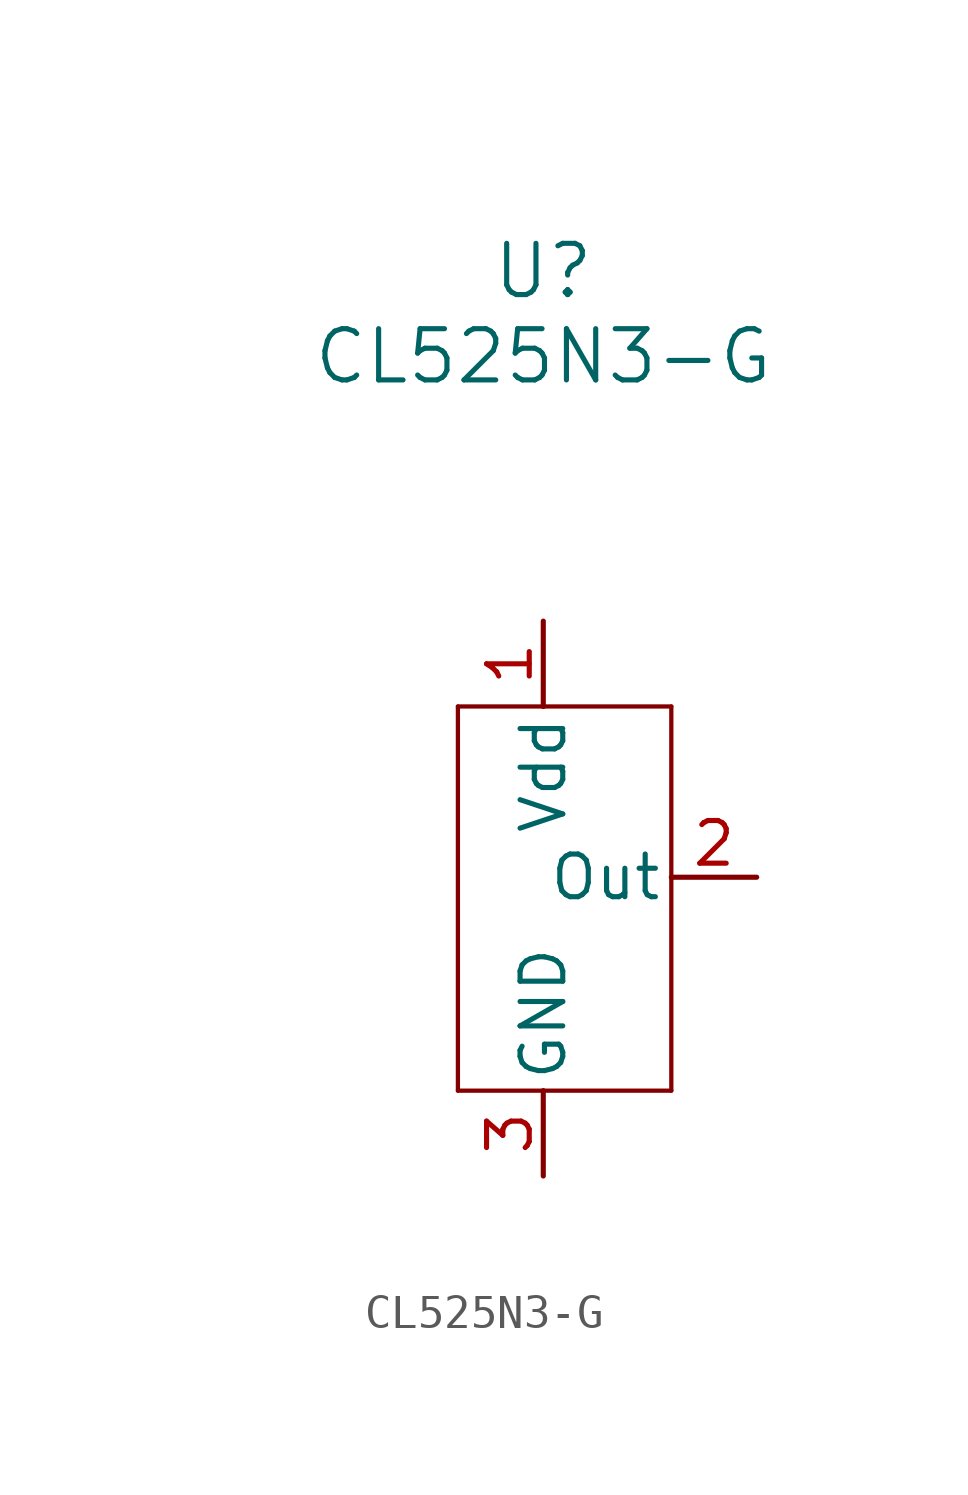
<source format=kicad_sym>
(kicad_symbol_lib
  (version 20220914)
  (generator kicad_symbol_editor)
  (symbol "CL525N3-G"
    (pin_names
      (offset 0.254))
    (property "Reference" "U"
      (at 0 18.034 0)
      (effects (font (size 1.524 1.524))))
    (property "Value" "CL525N3-G"
      (at 0 15.494 0)
      (effects (font (size 1.524 1.524))))
    (property "Datasheet" ""
      (at -10.16 0 0)
      (effects (font (size 1.524 1.524))))
    (property "ki_locked" ""
      (at 0 0 0)
      (effects (font (size 1.27 1.27))))
    (symbol "CL525N3-G_1_1"
      (polyline (pts (xy -2.54 -6.35) (xy 3.81 -6.35)) (stroke (width 0.127) (type solid)) (fill (type none)))
      (polyline (pts (xy -2.54 5.08) (xy -2.54 -6.35)) (stroke (width 0.127) (type solid)) (fill (type none)))
      (polyline (pts (xy 3.81 -6.35) (xy 3.81 5.08)) (stroke (width 0.127) (type solid)) (fill (type none)))
      (polyline (pts (xy 3.81 5.08) (xy -2.54 5.08)) (stroke (width 0.127) (type solid)) (fill (type none)))
      (pin input line (at 0 7.62 270) (length 2.54) (name "Vdd" (effects (font (size 1.27 1.27)))) (number "1" (effects (font (size 1.27 1.27)))))
      (pin output line (at 6.35 0 180) (length 2.54) (name "Out" (effects (font (size 1.27 1.27)))) (number "2" (effects (font (size 1.27 1.27)))))
      (pin input line (at 0 -8.89 90) (length 2.54) (name "GND" (effects (font (size 1.27 1.27)))) (number "3" (effects (font (size 1.27 1.27))))))))
</source>
